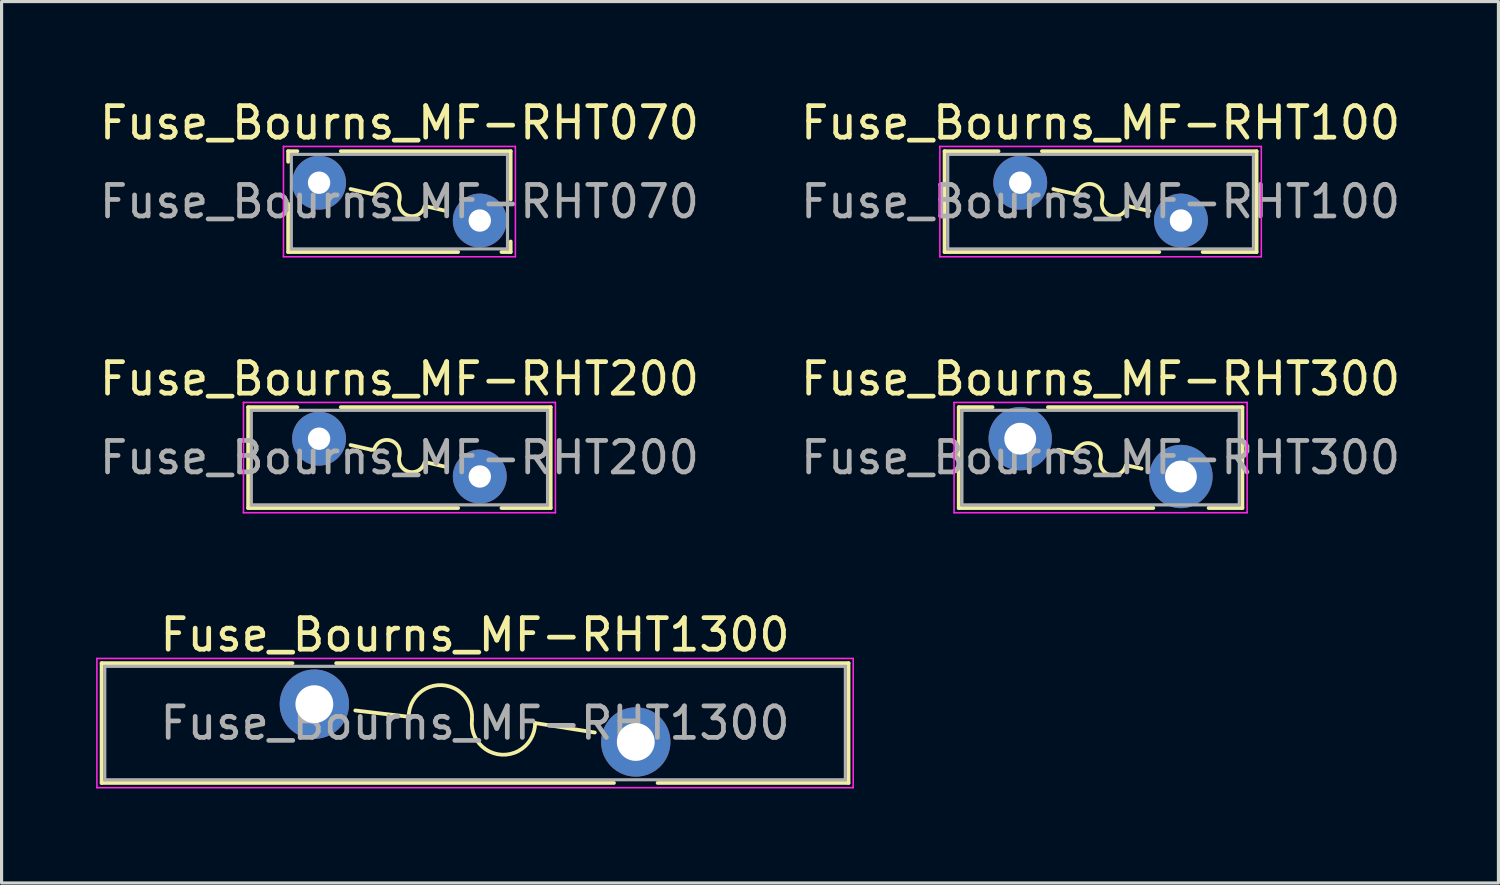
<source format=kicad_pcb>
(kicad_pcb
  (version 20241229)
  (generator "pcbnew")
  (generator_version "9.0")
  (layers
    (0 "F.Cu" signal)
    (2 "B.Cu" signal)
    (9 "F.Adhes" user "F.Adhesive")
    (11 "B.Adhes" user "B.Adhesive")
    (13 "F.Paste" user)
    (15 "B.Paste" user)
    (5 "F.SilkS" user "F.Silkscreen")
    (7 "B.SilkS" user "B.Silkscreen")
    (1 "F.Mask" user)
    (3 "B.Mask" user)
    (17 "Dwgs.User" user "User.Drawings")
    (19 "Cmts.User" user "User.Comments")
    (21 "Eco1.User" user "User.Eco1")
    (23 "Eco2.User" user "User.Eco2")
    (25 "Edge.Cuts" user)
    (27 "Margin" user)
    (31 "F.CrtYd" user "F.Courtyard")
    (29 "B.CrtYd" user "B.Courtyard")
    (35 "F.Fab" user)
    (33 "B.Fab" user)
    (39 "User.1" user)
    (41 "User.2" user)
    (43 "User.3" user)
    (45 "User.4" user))
  (footprint "Fuse_Bourns_MF-RHT1300"
    (layer "F.Cu")
    (at 6.925 19.295)
    (property "Reference" "Fuse_Bourns_MF-RHT1300" (at 5.1 -2.2 0) (layer "F.SilkS") (effects (font (size 1 1) (thickness 0.15))))
    (fp_line (start -6.75 -1.301) (end -6.75 2.5) (stroke (width 0.12) (type solid)) (layer "F.SilkS"))
    (fp_line (start -6.75 -1.301) (end -0.693 -1.301) (stroke (width 0.12) (type solid)) (layer "F.SilkS"))
    (fp_line (start -6.75 2.5) (end 9.508 2.5) (stroke (width 0.12) (type solid)) (layer "F.SilkS"))
    (fp_line (start 0.693 -1.301) (end 16.951 -1.301) (stroke (width 0.12) (type solid)) (layer "F.SilkS"))
    (fp_line (start 1.3 0.2) (end 2.995 0.4) (stroke (width 0.12) (type solid)) (layer "F.SilkS"))
    (fp_line (start 7.005 0.6) (end 8.9 0.9) (stroke (width 0.12) (type solid)) (layer "F.SilkS"))
    (fp_line (start 10.893 2.5) (end 16.951 2.5) (stroke (width 0.12) (type solid)) (layer "F.SilkS"))
    (fp_line (start 16.951 -1.301) (end 16.951 2.5) (stroke (width 0.12) (type solid)) (layer "F.SilkS"))
    (fp_arc (start 2.995014 0.4) (mid 4.050062 -0.603737) (end 4.999999 0.499999) (stroke (width 0.12) (type solid)) (layer "F.SilkS"))
    (fp_arc (start 7.004986 0.6) (mid 5.949938 1.603737) (end 5.000001 0.500001) (stroke (width 0.12) (type solid)) (layer "F.SilkS"))
    (fp_line (start -6.9 -1.45) (end -6.9 2.65) (stroke (width 0.05) (type solid)) (layer "F.CrtYd"))
    (fp_line (start -6.9 2.65) (end 17.1 2.65) (stroke (width 0.05) (type solid)) (layer "F.CrtYd"))
    (fp_line (start 17.1 -1.45) (end -6.9 -1.45) (stroke (width 0.05) (type solid)) (layer "F.CrtYd"))
    (fp_line (start 17.1 2.65) (end 17.1 -1.45) (stroke (width 0.05) (type solid)) (layer "F.CrtYd"))
    (fp_line (start -6.65 -1.2) (end -6.65 2.4) (stroke (width 0.1) (type solid)) (layer "F.Fab"))
    (fp_line (start -6.65 2.4) (end 16.85 2.4) (stroke (width 0.1) (type solid)) (layer "F.Fab"))
    (fp_line (start 16.85 -1.2) (end -6.65 -1.2) (stroke (width 0.1) (type solid)) (layer "F.Fab"))
    (fp_line (start 16.85 2.4) (end 16.85 -1.2) (stroke (width 0.1) (type solid)) (layer "F.Fab"))
    (fp_text user "${REFERENCE}" (at 5.1 0.6 0) (layer "F.Fab") (effects (font (size 1 1) (thickness 0.15))))
    (pad "1" thru_hole circle (at 0 0) (size 2.2 2.2) (drill 1.2) (layers "*.Cu" "*.Mask"))
    (pad "2" thru_hole circle (at 10.2 1.2) (size 2.2 2.2) (drill 1.2) (layers "*.Cu" "*.Mask")))
  (footprint "Fuse_Bourns_MF-RHT200"
    (layer "F.Cu")
    (at 7.075 10.871)
    (property "Reference" "Fuse_Bourns_MF-RHT200" (at 2.55 -1.9 0) (layer "F.SilkS") (effects (font (size 1 1) (thickness 0.15))))
    (fp_line (start -2.251 -1) (end -2.251 2.2) (stroke (width 0.12) (type solid)) (layer "F.SilkS"))
    (fp_line (start -2.251 -1) (end -0.689 -1) (stroke (width 0.12) (type solid)) (layer "F.SilkS"))
    (fp_line (start -2.251 2.2) (end 4.412 2.2) (stroke (width 0.12) (type solid)) (layer "F.SilkS"))
    (fp_line (start 0.689 -1) (end 7.35 -1) (stroke (width 0.12) (type solid)) (layer "F.SilkS"))
    (fp_line (start 1 0.2) (end 1.65 0.35) (stroke (width 0.12) (type solid)) (layer "F.SilkS"))
    (fp_line (start 1.75 0.35) (end 1.65 0.35) (stroke (width 0.12) (type solid)) (layer "F.SilkS"))
    (fp_line (start 3.35 0.75) (end 3.4 0.75) (stroke (width 0.12) (type solid)) (layer "F.SilkS"))
    (fp_line (start 3.4 0.75) (end 4.05 0.9) (stroke (width 0.12) (type solid)) (layer "F.SilkS"))
    (fp_line (start 5.789 2.2) (end 7.35 2.2) (stroke (width 0.12) (type solid)) (layer "F.SilkS"))
    (fp_line (start 7.35 -1) (end 7.35 2.2) (stroke (width 0.12) (type solid)) (layer "F.SilkS"))
    (fp_arc (start 1.750001 0.350001) (mid 2.249999 0.050001) (end 2.549999 0.549999) (stroke (width 0.12) (type solid)) (layer "F.SilkS"))
    (fp_arc (start 3.349999 0.749999) (mid 2.850001 1.049999) (end 2.550001 0.550001) (stroke (width 0.12) (type solid)) (layer "F.SilkS"))
    (fp_line (start -2.4 -1.15) (end -2.4 2.35) (stroke (width 0.05) (type solid)) (layer "F.CrtYd"))
    (fp_line (start -2.4 2.35) (end 7.5 2.35) (stroke (width 0.05) (type solid)) (layer "F.CrtYd"))
    (fp_line (start 7.5 -1.15) (end -2.4 -1.15) (stroke (width 0.05) (type solid)) (layer "F.CrtYd"))
    (fp_line (start 7.5 2.35) (end 7.5 -1.15) (stroke (width 0.05) (type solid)) (layer "F.CrtYd"))
    (fp_line (start -2.15 -0.9) (end -2.15 2.1) (stroke (width 0.1) (type solid)) (layer "F.Fab"))
    (fp_line (start -2.15 2.1) (end 7.25 2.1) (stroke (width 0.1) (type solid)) (layer "F.Fab"))
    (fp_line (start 7.25 -0.9) (end -2.15 -0.9) (stroke (width 0.1) (type solid)) (layer "F.Fab"))
    (fp_line (start 7.25 2.1) (end 7.25 -0.9) (stroke (width 0.1) (type solid)) (layer "F.Fab"))
    (fp_text user "${REFERENCE}" (at 2.55 0.6 0) (layer "F.Fab") (effects (font (size 1 1) (thickness 0.15))))
    (pad "1" thru_hole circle (at 0 0) (size 1.71 1.71) (drill 0.71) (layers "*.Cu" "*.Mask"))
    (pad "2" thru_hole circle (at 5.1 1.2) (size 1.71 1.71) (drill 0.71) (layers "*.Cu" "*.Mask")))
  (footprint "Fuse_Bourns_MF-RHT100"
    (layer "F.Cu")
    (at 29.325 2.748)
    (property "Reference" "Fuse_Bourns_MF-RHT100" (at 2.55 -1.9 0) (layer "F.SilkS") (effects (font (size 1 1) (thickness 0.15))))
    (fp_line (start -2.4 -1) (end -2.4 2.2) (stroke (width 0.12) (type solid)) (layer "F.SilkS"))
    (fp_line (start -2.4 -1) (end -0.689 -1) (stroke (width 0.12) (type solid)) (layer "F.SilkS"))
    (fp_line (start -2.4 2.2) (end 4.412 2.2) (stroke (width 0.12) (type solid)) (layer "F.SilkS"))
    (fp_line (start 0.689 -1) (end 7.5 -1) (stroke (width 0.12) (type solid)) (layer "F.SilkS"))
    (fp_line (start 1.05 0.2) (end 1.7 0.35) (stroke (width 0.12) (type solid)) (layer "F.SilkS"))
    (fp_line (start 1.8 0.35) (end 1.7 0.35) (stroke (width 0.12) (type solid)) (layer "F.SilkS"))
    (fp_line (start 3.4 0.75) (end 3.45 0.75) (stroke (width 0.12) (type solid)) (layer "F.SilkS"))
    (fp_line (start 3.45 0.75) (end 4.1 0.9) (stroke (width 0.12) (type solid)) (layer "F.SilkS"))
    (fp_line (start 5.789 2.2) (end 7.5 2.2) (stroke (width 0.12) (type solid)) (layer "F.SilkS"))
    (fp_line (start 7.5 -1) (end 7.5 2.2) (stroke (width 0.12) (type solid)) (layer "F.SilkS"))
    (fp_arc (start 1.800001 0.350001) (mid 2.299999 0.050001) (end 2.599999 0.549999) (stroke (width 0.12) (type solid)) (layer "F.SilkS"))
    (fp_arc (start 3.399999 0.749999) (mid 2.900001 1.049999) (end 2.600001 0.550001) (stroke (width 0.12) (type solid)) (layer "F.SilkS"))
    (fp_line (start -2.55 -1.15) (end -2.55 2.35) (stroke (width 0.05) (type solid)) (layer "F.CrtYd"))
    (fp_line (start -2.55 2.35) (end 7.65 2.35) (stroke (width 0.05) (type solid)) (layer "F.CrtYd"))
    (fp_line (start 7.65 -1.15) (end -2.55 -1.15) (stroke (width 0.05) (type solid)) (layer "F.CrtYd"))
    (fp_line (start 7.65 2.35) (end 7.65 -1.15) (stroke (width 0.05) (type solid)) (layer "F.CrtYd"))
    (fp_line (start -2.3 -0.9) (end -2.3 2.1) (stroke (width 0.1) (type solid)) (layer "F.Fab"))
    (fp_line (start -2.3 2.1) (end 7.4 2.1) (stroke (width 0.1) (type solid)) (layer "F.Fab"))
    (fp_line (start 7.4 -0.9) (end -2.3 -0.9) (stroke (width 0.1) (type solid)) (layer "F.Fab"))
    (fp_line (start 7.4 2.1) (end 7.4 -0.9) (stroke (width 0.1) (type solid)) (layer "F.Fab"))
    (fp_text user "${REFERENCE}" (at 2.55 0.6 0) (layer "F.Fab") (effects (font (size 1 1) (thickness 0.15))))
    (pad "1" thru_hole circle (at 0 0) (size 1.71 1.71) (drill 0.71) (layers "*.Cu" "*.Mask"))
    (pad "2" thru_hole circle (at 5.1 1.2) (size 1.71 1.71) (drill 0.71) (layers "*.Cu" "*.Mask")))
  (footprint "Fuse_Bourns_MF-RHT070"
    (layer "F.Cu")
    (at 7.075 2.748)
    (property "Reference" "Fuse_Bourns_MF-RHT070" (at 2.55 -1.9 0) (layer "F.SilkS") (effects (font (size 1 1) (thickness 0.15))))
    (fp_line (start -0.981 -1) (end -0.981 -0.665) (stroke (width 0.12) (type solid)) (layer "F.SilkS"))
    (fp_line (start -0.981 -1) (end -0.689 -1) (stroke (width 0.12) (type solid)) (layer "F.SilkS"))
    (fp_line (start -0.981 0.665) (end -0.981 2.2) (stroke (width 0.12) (type solid)) (layer "F.SilkS"))
    (fp_line (start -0.981 2.2) (end 4.412 2.2) (stroke (width 0.12) (type solid)) (layer "F.SilkS"))
    (fp_line (start 0.689 -1) (end 6.08 -1) (stroke (width 0.12) (type solid)) (layer "F.SilkS"))
    (fp_line (start 1 0.2) (end 1.65 0.35) (stroke (width 0.12) (type solid)) (layer "F.SilkS"))
    (fp_line (start 1.75 0.35) (end 1.65 0.35) (stroke (width 0.12) (type solid)) (layer "F.SilkS"))
    (fp_line (start 3.35 0.75) (end 3.4 0.75) (stroke (width 0.12) (type solid)) (layer "F.SilkS"))
    (fp_line (start 3.4 0.75) (end 4.05 0.9) (stroke (width 0.12) (type solid)) (layer "F.SilkS"))
    (fp_line (start 5.789 2.2) (end 6.08 2.2) (stroke (width 0.12) (type solid)) (layer "F.SilkS"))
    (fp_line (start 6.08 -1) (end 6.08 0.536) (stroke (width 0.12) (type solid)) (layer "F.SilkS"))
    (fp_line (start 6.08 1.865) (end 6.08 2.2) (stroke (width 0.12) (type solid)) (layer "F.SilkS"))
    (fp_arc (start 1.750001 0.350001) (mid 2.249999 0.050001) (end 2.549999 0.549999) (stroke (width 0.12) (type solid)) (layer "F.SilkS"))
    (fp_arc (start 3.349999 0.749999) (mid 2.850001 1.049999) (end 2.550001 0.550001) (stroke (width 0.12) (type solid)) (layer "F.SilkS"))
    (fp_line (start -1.13 -1.15) (end -1.13 2.35) (stroke (width 0.05) (type solid)) (layer "F.CrtYd"))
    (fp_line (start -1.13 2.35) (end 6.23 2.35) (stroke (width 0.05) (type solid)) (layer "F.CrtYd"))
    (fp_line (start 6.23 -1.15) (end -1.13 -1.15) (stroke (width 0.05) (type solid)) (layer "F.CrtYd"))
    (fp_line (start 6.23 2.35) (end 6.23 -1.15) (stroke (width 0.05) (type solid)) (layer "F.CrtYd"))
    (fp_line (start -0.88 -0.9) (end -0.88 2.1) (stroke (width 0.1) (type solid)) (layer "F.Fab"))
    (fp_line (start -0.88 2.1) (end 5.98 2.1) (stroke (width 0.1) (type solid)) (layer "F.Fab"))
    (fp_line (start 5.98 -0.9) (end -0.88 -0.9) (stroke (width 0.1) (type solid)) (layer "F.Fab"))
    (fp_line (start 5.98 2.1) (end 5.98 -0.9) (stroke (width 0.1) (type solid)) (layer "F.Fab"))
    (fp_text user "${REFERENCE}" (at 2.55 0.6 0) (layer "F.Fab") (effects (font (size 1 1) (thickness 0.15))))
    (pad "1" thru_hole circle (at 0 0) (size 1.71 1.71) (drill 0.71) (layers "*.Cu" "*.Mask"))
    (pad "2" thru_hole circle (at 5.1 1.2) (size 1.71 1.71) (drill 0.71) (layers "*.Cu" "*.Mask")))
  (footprint "Fuse_Bourns_MF-RHT300"
    (layer "F.Cu")
    (at 29.325 10.871)
    (property "Reference" "Fuse_Bourns_MF-RHT300" (at 2.55 -1.9 0) (layer "F.SilkS") (effects (font (size 1 1) (thickness 0.15))))
    (fp_line (start -1.951 -1) (end -1.951 2.2) (stroke (width 0.12) (type solid)) (layer "F.SilkS"))
    (fp_line (start -1.951 -1) (end -0.879 -1) (stroke (width 0.12) (type solid)) (layer "F.SilkS"))
    (fp_line (start -1.951 2.2) (end 4.222 2.2) (stroke (width 0.12) (type solid)) (layer "F.SilkS"))
    (fp_line (start 0.879 -1) (end 7.05 -1) (stroke (width 0.12) (type solid)) (layer "F.SilkS"))
    (fp_line (start 1.2 0.35) (end 1.65 0.45) (stroke (width 0.12) (type solid)) (layer "F.SilkS"))
    (fp_line (start 1.75 0.45) (end 1.65 0.45) (stroke (width 0.12) (type solid)) (layer "F.SilkS"))
    (fp_line (start 3.35 0.85) (end 3.4 0.85) (stroke (width 0.12) (type solid)) (layer "F.SilkS"))
    (fp_line (start 3.4 0.85) (end 3.85 0.95) (stroke (width 0.12) (type solid)) (layer "F.SilkS"))
    (fp_line (start 5.979 2.2) (end 7.05 2.2) (stroke (width 0.12) (type solid)) (layer "F.SilkS"))
    (fp_line (start 7.05 -1) (end 7.05 2.2) (stroke (width 0.12) (type solid)) (layer "F.SilkS"))
    (fp_arc (start 1.750001 0.450001) (mid 2.249999 0.150001) (end 2.549999 0.649999) (stroke (width 0.12) (type solid)) (layer "F.SilkS"))
    (fp_arc (start 3.349999 0.849999) (mid 2.850001 1.149999) (end 2.550001 0.650001) (stroke (width 0.12) (type solid)) (layer "F.SilkS"))
    (fp_line (start -2.1 -1.15) (end -2.1 2.35) (stroke (width 0.05) (type solid)) (layer "F.CrtYd"))
    (fp_line (start -2.1 2.35) (end 7.2 2.35) (stroke (width 0.05) (type solid)) (layer "F.CrtYd"))
    (fp_line (start 7.2 -1.15) (end -2.1 -1.15) (stroke (width 0.05) (type solid)) (layer "F.CrtYd"))
    (fp_line (start 7.2 2.35) (end 7.2 -1.15) (stroke (width 0.05) (type solid)) (layer "F.CrtYd"))
    (fp_line (start -1.85 -0.9) (end -1.85 2.1) (stroke (width 0.1) (type solid)) (layer "F.Fab"))
    (fp_line (start -1.85 2.1) (end 6.95 2.1) (stroke (width 0.1) (type solid)) (layer "F.Fab"))
    (fp_line (start 6.95 -0.9) (end -1.85 -0.9) (stroke (width 0.1) (type solid)) (layer "F.Fab"))
    (fp_line (start 6.95 2.1) (end 6.95 -0.9) (stroke (width 0.1) (type solid)) (layer "F.Fab"))
    (fp_text user "${REFERENCE}" (at 2.55 0.6 0) (layer "F.Fab") (effects (font (size 1 1) (thickness 0.15))))
    (pad "1" thru_hole circle (at 0 0) (size 2.01 2.01) (drill 1.01) (layers "*.Cu" "*.Mask"))
    (pad "2" thru_hole circle (at 5.1 1.2) (size 2.01 2.01) (drill 1.01) (layers "*.Cu" "*.Mask")))
  (gr_rect
    (start -3 -3)
    (end 44.5 24.97)
    (stroke (width 0.1) (type default))
    (fill no)
    (layer "Edge.Cuts")))
</source>
